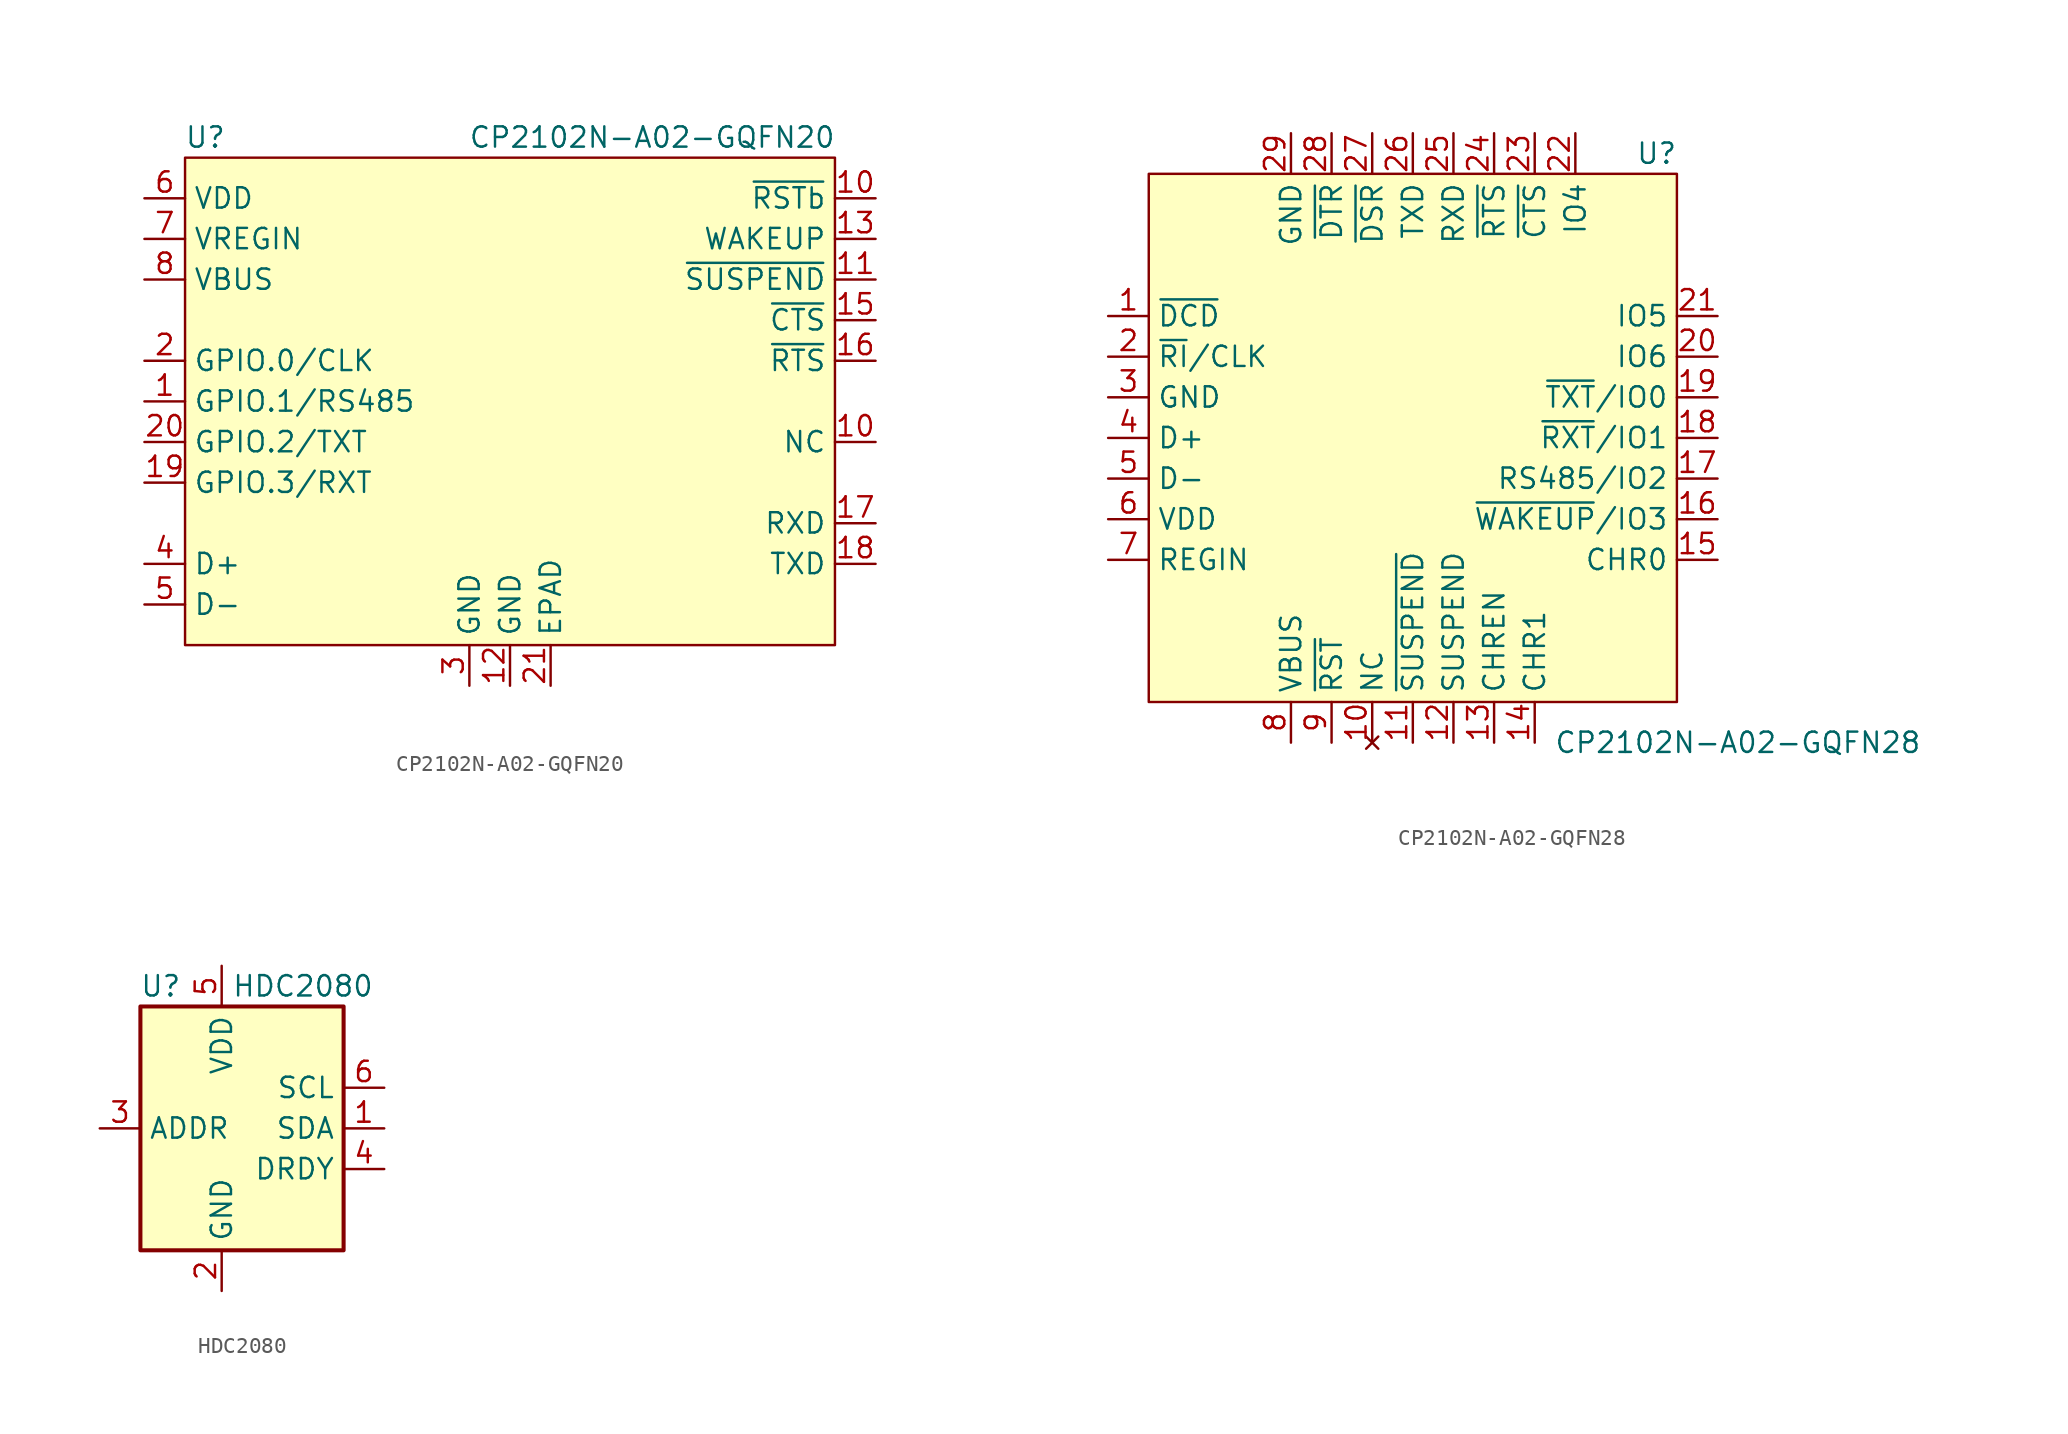
<source format=kicad_sym>
(kicad_symbol_lib
  (version 20220914)
  (generator kicad_symbol_editor)
  (symbol "CP2102N-A02-GQFN20"
    (property "Reference" "U"
      (at -19.05 16.51 0)
      (effects (font (size 1.27 1.27))))
    (property "Value" "CP2102N-A02-GQFN20"
      (at 8.89 16.51 0)
      (effects (font (size 1.27 1.27))))
    (symbol "CP2102N-A02-GQFN20_0_1"
      (rectangle (start -20.32 15.24) (end 20.32 -15.24) (stroke (width 0) (type solid)) (fill (type background))))
    (symbol "CP2102N-A02-GQFN20_1_1"
      (pin passive line (at -22.86 0 0) (length 2.54) (name "GPIO.1/RS485" (effects (font (size 1.27 1.27)))) (number "1" (effects (font (size 1.27 1.27)))))
      (pin passive line (at 22.86 -2.54 180) (length 2.54) (name "NC" (effects (font (size 1.27 1.27)))) (number "10" (effects (font (size 1.27 1.27)))))
      (pin passive line (at 22.86 12.7 180) (length 2.54) (name "~{RSTb}" (effects (font (size 1.27 1.27)))) (number "10" (effects (font (size 1.27 1.27)))))
      (pin passive line (at 22.86 7.62 180) (length 2.54) (name "~{SUSPEND}" (effects (font (size 1.27 1.27)))) (number "11" (effects (font (size 1.27 1.27)))))
      (pin passive line (at 0 -17.78 90) (length 2.54) (name "GND" (effects (font (size 1.27 1.27)))) (number "12" (effects (font (size 1.27 1.27)))))
      (pin passive line (at 22.86 10.16 180) (length 2.54) (name "WAKEUP" (effects (font (size 1.27 1.27)))) (number "13" (effects (font (size 1.27 1.27)))))
      (pin passive line (at 22.86 5.08 180) (length 2.54) (name "~{CTS}" (effects (font (size 1.27 1.27)))) (number "15" (effects (font (size 1.27 1.27)))))
      (pin passive line (at 22.86 2.54 180) (length 2.54) (name "~{RTS}" (effects (font (size 1.27 1.27)))) (number "16" (effects (font (size 1.27 1.27)))))
      (pin passive line (at 22.86 -7.62 180) (length 2.54) (name "RXD" (effects (font (size 1.27 1.27)))) (number "17" (effects (font (size 1.27 1.27)))))
      (pin passive line (at 22.86 -10.16 180) (length 2.54) (name "TXD" (effects (font (size 1.27 1.27)))) (number "18" (effects (font (size 1.27 1.27)))))
      (pin passive line (at -22.86 -5.08 0) (length 2.54) (name "GPIO.3/RXT" (effects (font (size 1.27 1.27)))) (number "19" (effects (font (size 1.27 1.27)))))
      (pin passive line (at -22.86 2.54 0) (length 2.54) (name "GPIO.0/CLK" (effects (font (size 1.27 1.27)))) (number "2" (effects (font (size 1.27 1.27)))))
      (pin passive line (at -22.86 -2.54 0) (length 2.54) (name "GPIO.2/TXT" (effects (font (size 1.27 1.27)))) (number "20" (effects (font (size 1.27 1.27)))))
      (pin passive line (at 2.54 -17.78 90) (length 2.54) (name "EPAD" (effects (font (size 1.27 1.27)))) (number "21" (effects (font (size 1.27 1.27)))))
      (pin passive line (at -2.54 -17.78 90) (length 2.54) (name "GND" (effects (font (size 1.27 1.27)))) (number "3" (effects (font (size 1.27 1.27)))))
      (pin passive line (at -22.86 -10.16 0) (length 2.54) (name "D+" (effects (font (size 1.27 1.27)))) (number "4" (effects (font (size 1.27 1.27)))))
      (pin passive line (at -22.86 -12.7 0) (length 2.54) (name "D-" (effects (font (size 1.27 1.27)))) (number "5" (effects (font (size 1.27 1.27)))))
      (pin passive line (at -22.86 12.7 0) (length 2.54) (name "VDD" (effects (font (size 1.27 1.27)))) (number "6" (effects (font (size 1.27 1.27)))))
      (pin passive line (at -22.86 10.16 0) (length 2.54) (name "VREGIN" (effects (font (size 1.27 1.27)))) (number "7" (effects (font (size 1.27 1.27)))))
      (pin passive line (at -22.86 7.62 0) (length 2.54) (name "VBUS" (effects (font (size 1.27 1.27)))) (number "8" (effects (font (size 1.27 1.27)))))))
  (symbol "CP2102N-A02-GQFN28"
    (property "Reference" "U"
      (at 15.24 17.78 0)
      (effects (font (size 1.27 1.27))))
    (property "Value" "CP2102N-A02-GQFN28"
      (at 20.32 -19.05 0)
      (effects (font (size 1.27 1.27))))
    (symbol "CP2102N-A02-GQFN28_0_1"
      (rectangle (start -16.51 16.51) (end 16.51 -16.51) (stroke (width 0) (type solid)) (fill (type background))))
    (symbol "CP2102N-A02-GQFN28_1_1"
      (pin input line (at -19.05 7.62 0) (length 2.54) (name "~{DCD}" (effects (font (size 1.27 1.27)))) (number "1" (effects (font (size 1.27 1.27)))))
      (pin no_connect line (at -2.54 -19.05 90) (length 2.54) (name "NC" (effects (font (size 1.27 1.27)))) (number "10" (effects (font (size 1.27 1.27)))))
      (pin output line (at 0 -19.05 90) (length 2.54) (name "~{SUSPEND}" (effects (font (size 1.27 1.27)))) (number "11" (effects (font (size 1.27 1.27)))))
      (pin output line (at 2.54 -19.05 90) (length 2.54) (name "SUSPEND" (effects (font (size 1.27 1.27)))) (number "12" (effects (font (size 1.27 1.27)))))
      (pin output line (at 5.08 -19.05 90) (length 2.54) (name "CHREN" (effects (font (size 1.27 1.27)))) (number "13" (effects (font (size 1.27 1.27)))))
      (pin output line (at 7.62 -19.05 90) (length 2.54) (name "CHR1" (effects (font (size 1.27 1.27)))) (number "14" (effects (font (size 1.27 1.27)))))
      (pin output line (at 19.05 -7.62 180) (length 2.54) (name "CHR0" (effects (font (size 1.27 1.27)))) (number "15" (effects (font (size 1.27 1.27)))))
      (pin bidirectional line (at 19.05 -5.08 180) (length 2.54) (name "~{WAKEUP}/IO3" (effects (font (size 1.27 1.27)))) (number "16" (effects (font (size 1.27 1.27)))))
      (pin bidirectional line (at 19.05 -2.54 180) (length 2.54) (name "RS485/IO2" (effects (font (size 1.27 1.27)))) (number "17" (effects (font (size 1.27 1.27)))))
      (pin bidirectional line (at 19.05 0 180) (length 2.54) (name "~{RXT}/IO1" (effects (font (size 1.27 1.27)))) (number "18" (effects (font (size 1.27 1.27)))))
      (pin bidirectional line (at 19.05 2.54 180) (length 2.54) (name "~{TXT}/IO0" (effects (font (size 1.27 1.27)))) (number "19" (effects (font (size 1.27 1.27)))))
      (pin bidirectional line (at -19.05 5.08 0) (length 2.54) (name "~{RI}/CLK" (effects (font (size 1.27 1.27)))) (number "2" (effects (font (size 1.27 1.27)))))
      (pin bidirectional line (at 19.05 5.08 180) (length 2.54) (name "IO6" (effects (font (size 1.27 1.27)))) (number "20" (effects (font (size 1.27 1.27)))))
      (pin bidirectional line (at 19.05 7.62 180) (length 2.54) (name "IO5" (effects (font (size 1.27 1.27)))) (number "21" (effects (font (size 1.27 1.27)))))
      (pin bidirectional line (at 10.16 19.05 270) (length 2.54) (name "IO4" (effects (font (size 1.27 1.27)))) (number "22" (effects (font (size 1.27 1.27)))))
      (pin input line (at 7.62 19.05 270) (length 2.54) (name "~{CTS}" (effects (font (size 1.27 1.27)))) (number "23" (effects (font (size 1.27 1.27)))))
      (pin output line (at 5.08 19.05 270) (length 2.54) (name "~{RTS}" (effects (font (size 1.27 1.27)))) (number "24" (effects (font (size 1.27 1.27)))))
      (pin input line (at 2.54 19.05 270) (length 2.54) (name "RXD" (effects (font (size 1.27 1.27)))) (number "25" (effects (font (size 1.27 1.27)))))
      (pin output line (at 0 19.05 270) (length 2.54) (name "TXD" (effects (font (size 1.27 1.27)))) (number "26" (effects (font (size 1.27 1.27)))))
      (pin input line (at -2.54 19.05 270) (length 2.54) (name "~{DSR}" (effects (font (size 1.27 1.27)))) (number "27" (effects (font (size 1.27 1.27)))))
      (pin output line (at -5.08 19.05 270) (length 2.54) (name "~{DTR}" (effects (font (size 1.27 1.27)))) (number "28" (effects (font (size 1.27 1.27)))))
      (pin passive line (at -7.62 19.05 270) (length 2.54) (name "GND" (effects (font (size 1.27 1.27)))) (number "29" (effects (font (size 1.27 1.27)))))
      (pin power_in line (at -19.05 2.54 0) (length 2.54) (name "GND" (effects (font (size 1.27 1.27)))) (number "3" (effects (font (size 1.27 1.27)))))
      (pin bidirectional line (at -19.05 0 0) (length 2.54) (name "D+" (effects (font (size 1.27 1.27)))) (number "4" (effects (font (size 1.27 1.27)))))
      (pin bidirectional line (at -19.05 -2.54 0) (length 2.54) (name "D-" (effects (font (size 1.27 1.27)))) (number "5" (effects (font (size 1.27 1.27)))))
      (pin passive line (at -19.05 -5.08 0) (length 2.54) (name "VDD" (effects (font (size 1.27 1.27)))) (number "6" (effects (font (size 1.27 1.27)))))
      (pin power_in line (at -19.05 -7.62 0) (length 2.54) (name "REGIN" (effects (font (size 1.27 1.27)))) (number "7" (effects (font (size 1.27 1.27)))))
      (pin input line (at -7.62 -19.05 90) (length 2.54) (name "VBUS" (effects (font (size 1.27 1.27)))) (number "8" (effects (font (size 1.27 1.27)))))
      (pin input line (at -5.08 -19.05 90) (length 2.54) (name "~{RST}" (effects (font (size 1.27 1.27)))) (number "9" (effects (font (size 1.27 1.27)))))))
  (symbol "HDC2080"
    (property "Reference" "U"
      (at -6.35 8.89 0)
      (effects (font (size 1.27 1.27))))
    (property "Value" "HDC2080"
      (at 2.54 8.89 0)
      (effects (font (size 1.27 1.27))))
    (symbol "HDC2080_0_1"
      (rectangle (start -7.62 7.62) (end 5.08 -7.62) (stroke (width 0.254) (type solid)) (fill (type background))))
    (symbol "HDC2080_1_1"
      (pin bidirectional line (at 7.62 0 180) (length 2.54) (name "SDA" (effects (font (size 1.27 1.27)))) (number "1" (effects (font (size 1.27 1.27)))))
      (pin power_in line (at -2.54 -10.16 90) (length 2.54) (name "GND" (effects (font (size 1.27 1.27)))) (number "2" (effects (font (size 1.27 1.27)))))
      (pin input line (at -10.16 0 0) (length 2.54) (name "ADDR" (effects (font (size 1.27 1.27)))) (number "3" (effects (font (size 1.27 1.27)))))
      (pin output line (at 7.62 -2.54 180) (length 2.54) (name "DRDY" (effects (font (size 1.27 1.27)))) (number "4" (effects (font (size 1.27 1.27)))))
      (pin power_in line (at -2.54 10.16 270) (length 2.54) (name "VDD" (effects (font (size 1.27 1.27)))) (number "5" (effects (font (size 1.27 1.27)))))
      (pin input line (at 7.62 2.54 180) (length 2.54) (name "SCL" (effects (font (size 1.27 1.27)))) (number "6" (effects (font (size 1.27 1.27)))))
      (pin no_connect line (at -10.16 -2.54 0) (length 2.54) hide (name "PAD" (effects (font (size 1.27 1.27)))) (number "7" (effects (font (size 1.27 1.27))))))))
</source>
